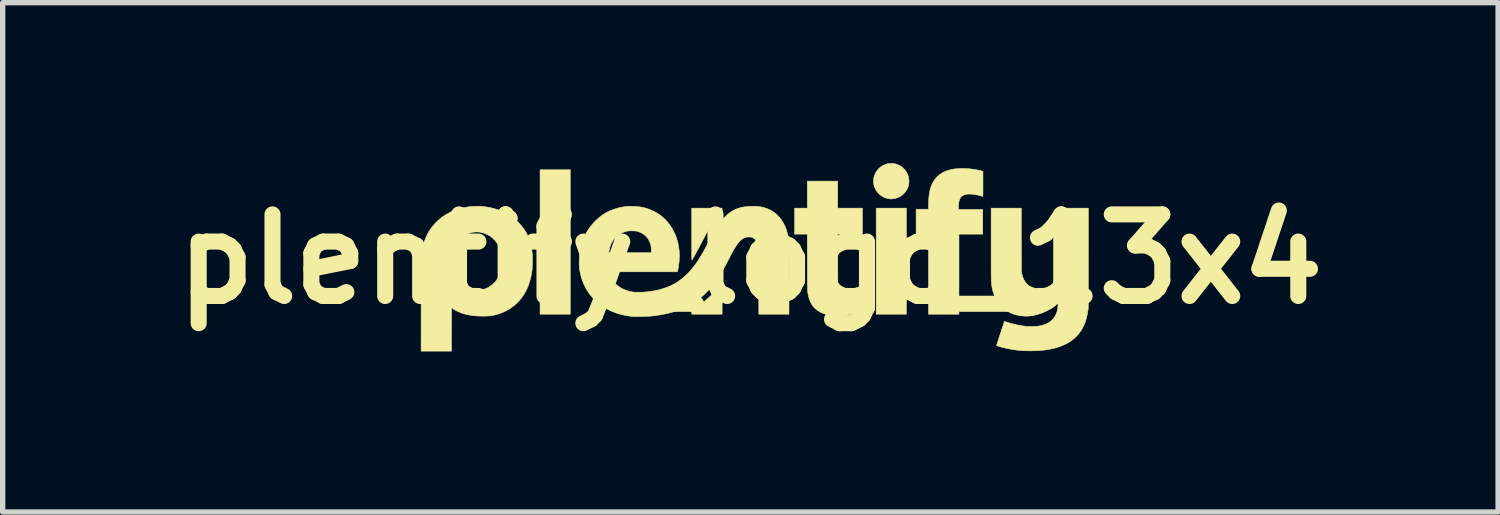
<source format=kicad_pcb>
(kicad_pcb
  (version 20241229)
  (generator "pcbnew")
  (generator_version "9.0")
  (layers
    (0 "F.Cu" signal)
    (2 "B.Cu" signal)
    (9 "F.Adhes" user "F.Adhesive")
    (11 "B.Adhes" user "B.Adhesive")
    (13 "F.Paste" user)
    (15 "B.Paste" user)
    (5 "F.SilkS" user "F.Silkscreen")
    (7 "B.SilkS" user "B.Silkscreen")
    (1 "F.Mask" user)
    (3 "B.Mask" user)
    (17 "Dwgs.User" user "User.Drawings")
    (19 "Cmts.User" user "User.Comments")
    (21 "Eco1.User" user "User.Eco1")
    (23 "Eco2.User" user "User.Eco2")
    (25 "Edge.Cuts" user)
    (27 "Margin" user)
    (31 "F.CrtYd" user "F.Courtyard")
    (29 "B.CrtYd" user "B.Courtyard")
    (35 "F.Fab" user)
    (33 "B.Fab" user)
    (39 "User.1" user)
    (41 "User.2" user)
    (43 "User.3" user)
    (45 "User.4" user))
  (footprint "plentify_logo_13x4"
    (layer "F.Cu")
    (at 10.966 1.789)
    (property "Reference" "plentify_logo_13x4" (at 0 0 0) (layer "F.SilkS") (effects (font (size 1.524 1.524) (thickness 0.3))))
    (attr through_hole)
    (fp_poly (pts (xy -3.365 1.029) (xy -3.929 1.029) (xy -3.929 -1.668) (xy -3.365 -1.668) (xy -3.365 1.029)) (stroke (width 0.01) (type solid)) (fill yes) (layer "F.SilkS"))
    (fp_poly (pts (xy 2.913 1.029) (xy 2.349 1.029) (xy 2.349 -0.952) (xy 2.913 -0.952) (xy 2.913 1.029)) (stroke (width 0.01) (type solid)) (fill yes) (layer "F.SilkS"))
    (fp_poly (pts (xy -0.532 0.432) (xy -0.531 0.444) (xy -0.531 0.463) (xy -0.53 0.488) (xy -0.53 0.519) (xy -0.53 0.556) (xy -0.529 0.597) (xy -0.529 0.641) (xy -0.529 0.689) (xy -0.529 0.728) (xy -0.529 1.029) (xy -1.096 1.029) (xy -1.096 0.958) (xy -1.042 0.921) (xy -0.977 0.878) (xy -0.92 0.837) (xy -0.868 0.797) (xy -0.819 0.756) (xy -0.773 0.715) (xy -0.757 0.7) (xy -0.702 0.645) (xy -0.653 0.59) (xy -0.609 0.535) (xy -0.568 0.477) (xy -0.557 0.46) (xy -0.547 0.446) (xy -0.539 0.435) (xy -0.534 0.429) (xy -0.532 0.428) (xy -0.532 0.432)) (stroke (width 0.01) (type solid)) (fill yes) (layer "F.SilkS"))
    (fp_poly (pts (xy -0.529 -0.865) (xy -0.549 -0.851) (xy -0.585 -0.822) (xy -0.622 -0.784) (xy -0.66 -0.739) (xy -0.699 -0.686) (xy -0.738 -0.627) (xy -0.754 -0.601) (xy -0.769 -0.577) (xy -0.784 -0.55) (xy -0.801 -0.52) (xy -0.819 -0.487) (xy -0.84 -0.448) (xy -0.863 -0.404) (xy -0.89 -0.354) (xy -0.914 -0.308) (xy -0.943 -0.252) (xy -0.97 -0.2) (xy -0.996 -0.153) (xy -1.018 -0.111) (xy -1.039 -0.074) (xy -1.056 -0.043) (xy -1.071 -0.018) (xy -1.082 0.000416) (xy -1.09 0.012) (xy -1.094 0.017) (xy -1.095 0.017) (xy -1.095 0.013) (xy -1.095 0.001) (xy -1.095 -0.019) (xy -1.096 -0.045) (xy -1.096 -0.078) (xy -1.096 -0.116) (xy -1.096 -0.16) (xy -1.096 -0.209) (xy -1.096 -0.262) (xy -1.096 -0.318) (xy -1.096 -0.378) (xy -1.096 -0.44) (xy -1.096 -0.468) (xy -1.096 -0.952) (xy -0.529 -0.952) (xy -0.529 -0.865)) (stroke (width 0.01) (type solid)) (fill yes) (layer "F.SilkS"))
    (fp_poly (pts (xy 2.631 -1.784) (xy 2.656 -1.784) (xy 2.675 -1.783) (xy 2.69 -1.782) (xy 2.703 -1.779) (xy 2.718 -1.775) (xy 2.726 -1.772) (xy 2.777 -1.752) (xy 2.823 -1.725) (xy 2.862 -1.692) (xy 2.896 -1.653) (xy 2.923 -1.609) (xy 2.944 -1.56) (xy 2.957 -1.507) (xy 2.96 -1.49) (xy 2.962 -1.45) (xy 2.958 -1.408) (xy 2.948 -1.364) (xy 2.934 -1.323) (xy 2.922 -1.3) (xy 2.893 -1.254) (xy 2.858 -1.215) (xy 2.818 -1.183) (xy 2.772 -1.157) (xy 2.722 -1.138) (xy 2.668 -1.126) (xy 2.648 -1.124) (xy 2.632 -1.123) (xy 2.616 -1.123) (xy 2.597 -1.125) (xy 2.59 -1.126) (xy 2.537 -1.138) (xy 2.487 -1.157) (xy 2.443 -1.184) (xy 2.403 -1.216) (xy 2.368 -1.255) (xy 2.34 -1.299) (xy 2.318 -1.348) (xy 2.313 -1.363) (xy 2.308 -1.379) (xy 2.305 -1.393) (xy 2.303 -1.408) (xy 2.302 -1.425) (xy 2.301 -1.448) (xy 2.301 -1.456) (xy 2.302 -1.481) (xy 2.302 -1.5) (xy 2.304 -1.515) (xy 2.307 -1.528) (xy 2.311 -1.543) (xy 2.313 -1.549) (xy 2.334 -1.601) (xy 2.361 -1.647) (xy 2.394 -1.687) (xy 2.433 -1.721) (xy 2.478 -1.749) (xy 2.529 -1.77) (xy 2.54 -1.774) (xy 2.555 -1.778) (xy 2.568 -1.781) (xy 2.583 -1.783) (xy 2.602 -1.784) (xy 2.627 -1.784) (xy 2.631 -1.784)) (stroke (width 0.01) (type solid)) (fill yes) (layer "F.SilkS"))
    (fp_poly (pts (xy 4.077 -1.687) (xy 4.119 -1.683) (xy 4.167 -1.677) (xy 4.215 -1.669) (xy 4.262 -1.66) (xy 4.303 -1.65) (xy 4.33 -1.642) (xy 4.343 -1.638) (xy 4.343 -1.403) (xy 4.343 -1.352) (xy 4.343 -1.309) (xy 4.343 -1.274) (xy 4.343 -1.245) (xy 4.343 -1.221) (xy 4.342 -1.204) (xy 4.342 -1.19) (xy 4.341 -1.181) (xy 4.34 -1.175) (xy 4.339 -1.172) (xy 4.338 -1.17) (xy 4.336 -1.17) (xy 4.336 -1.17) (xy 4.323 -1.175) (xy 4.303 -1.18) (xy 4.279 -1.187) (xy 4.253 -1.193) (xy 4.226 -1.199) (xy 4.201 -1.204) (xy 4.18 -1.208) (xy 4.172 -1.209) (xy 4.117 -1.214) (xy 4.068 -1.214) (xy 4.025 -1.209) (xy 3.989 -1.198) (xy 3.958 -1.181) (xy 3.933 -1.158) (xy 3.914 -1.129) (xy 3.9 -1.094) (xy 3.891 -1.053) (xy 3.887 -1.005) (xy 3.886 -0.986) (xy 3.886 -0.927) (xy 4.339 -0.927) (xy 4.339 -0.466) (xy 3.895 -0.466) (xy 3.895 1.029) (xy 3.327 1.029) (xy 3.327 -0.466) (xy 3.095 -0.466) (xy 3.095 -0.931) (xy 3.327 -0.931) (xy 3.327 -1.015) (xy 3.329 -1.097) (xy 3.335 -1.171) (xy 3.344 -1.239) (xy 3.357 -1.301) (xy 3.374 -1.357) (xy 3.396 -1.408) (xy 3.422 -1.455) (xy 3.453 -1.498) (xy 3.488 -1.537) (xy 3.532 -1.576) (xy 3.581 -1.609) (xy 3.635 -1.636) (xy 3.694 -1.658) (xy 3.759 -1.675) (xy 3.83 -1.686) (xy 3.906 -1.691) (xy 3.989 -1.692) (xy 4.077 -1.687)) (stroke (width 0.01) (type solid)) (fill yes) (layer "F.SilkS"))
    (fp_poly (pts (xy 1.63 -0.952) (xy 2.091 -0.952) (xy 2.091 -0.466) (xy 1.63 -0.466) (xy 1.631 -0.014) (xy 1.632 0.438) (xy 1.642 0.467) (xy 1.657 0.498) (xy 1.678 0.524) (xy 1.705 0.543) (xy 1.738 0.556) (xy 1.741 0.557) (xy 1.756 0.56) (xy 1.777 0.562) (xy 1.802 0.563) (xy 1.814 0.563) (xy 1.881 0.559) (xy 1.948 0.546) (xy 2.015 0.525) (xy 2.055 0.509) (xy 2.069 0.502) (xy 2.08 0.498) (xy 2.085 0.495) (xy 2.086 0.495) (xy 2.086 0.499) (xy 2.086 0.511) (xy 2.086 0.53) (xy 2.086 0.555) (xy 2.086 0.585) (xy 2.086 0.62) (xy 2.086 0.659) (xy 2.086 0.7) (xy 2.086 0.723) (xy 2.085 0.95) (xy 2.04 0.972) (xy 2.003 0.989) (xy 1.96 1.006) (xy 1.913 1.021) (xy 1.866 1.035) (xy 1.822 1.045) (xy 1.81 1.048) (xy 1.785 1.052) (xy 1.763 1.055) (xy 1.74 1.057) (xy 1.714 1.059) (xy 1.683 1.06) (xy 1.664 1.06) (xy 1.635 1.061) (xy 1.606 1.061) (xy 1.58 1.06) (xy 1.558 1.059) (xy 1.543 1.058) (xy 1.542 1.058) (xy 1.503 1.053) (xy 1.461 1.045) (xy 1.42 1.034) (xy 1.381 1.023) (xy 1.347 1.01) (xy 1.344 1.009) (xy 1.291 0.983) (xy 1.245 0.954) (xy 1.205 0.921) (xy 1.17 0.882) (xy 1.141 0.839) (xy 1.116 0.79) (xy 1.096 0.734) (xy 1.08 0.672) (xy 1.072 0.631) (xy 1.071 0.624) (xy 1.07 0.616) (xy 1.069 0.607) (xy 1.069 0.596) (xy 1.068 0.583) (xy 1.067 0.568) (xy 1.067 0.549) (xy 1.066 0.527) (xy 1.066 0.501) (xy 1.065 0.47) (xy 1.065 0.435) (xy 1.065 0.394) (xy 1.065 0.347) (xy 1.064 0.294) (xy 1.064 0.233) (xy 1.064 0.166) (xy 1.064 0.091) (xy 1.064 0.06) (xy 1.062 -0.466) (xy 0.826 -0.466) (xy 0.826 -0.952) (xy 1.063 -0.952) (xy 1.063 -1.456) (xy 1.63 -1.456) (xy 1.63 -0.952)) (stroke (width 0.01) (type solid)) (fill yes) (layer "F.SilkS"))
    (fp_poly (pts (xy -4.985 -0.981) (xy -4.895 -0.968) (xy -4.808 -0.949) (xy -4.722 -0.924) (xy -4.639 -0.891) (xy -4.56 -0.853) (xy -4.485 -0.808) (xy -4.414 -0.756) (xy -4.349 -0.699) (xy -4.337 -0.688) (xy -4.282 -0.628) (xy -4.234 -0.565) (xy -4.192 -0.5) (xy -4.157 -0.43) (xy -4.128 -0.355) (xy -4.105 -0.276) (xy -4.087 -0.191) (xy -4.078 -0.129) (xy -4.075 -0.09) (xy -4.072 -0.044) (xy -4.071 0.005) (xy -4.071 0.056) (xy -4.072 0.107) (xy -4.074 0.155) (xy -4.078 0.198) (xy -4.08 0.218) (xy -4.097 0.317) (xy -4.12 0.41) (xy -4.149 0.497) (xy -4.185 0.578) (xy -4.226 0.654) (xy -4.274 0.724) (xy -4.328 0.788) (xy -4.389 0.847) (xy -4.439 0.888) (xy -4.505 0.934) (xy -4.574 0.972) (xy -4.645 1.004) (xy -4.72 1.03) (xy -4.801 1.05) (xy -4.839 1.057) (xy -4.862 1.06) (xy -4.893 1.062) (xy -4.929 1.064) (xy -4.968 1.065) (xy -5.009 1.065) (xy -5.051 1.064) (xy -5.092 1.063) (xy -5.129 1.061) (xy -5.163 1.058) (xy -5.173 1.057) (xy -5.253 1.045) (xy -5.327 1.029) (xy -5.394 1.008) (xy -5.456 0.983) (xy -5.514 0.954) (xy -5.546 0.934) (xy -5.582 0.911) (xy -5.583 1.315) (xy -5.584 1.719) (xy -6.151 1.719) (xy -6.15 0.829) (xy -6.15 0.726) (xy -6.15 0.632) (xy -6.149 0.546) (xy -6.149 0.467) (xy -6.149 0.395) (xy -6.149 0.33) (xy -6.149 0.271) (xy -6.149 0.218) (xy -6.148 0.171) (xy -6.148 0.128) (xy -6.148 0.091) (xy -6.148 0.058) (xy -6.147 0.038) (xy -5.592 0.038) (xy -5.589 0.106) (xy -5.579 0.171) (xy -5.563 0.235) (xy -5.541 0.294) (xy -5.514 0.349) (xy -5.482 0.399) (xy -5.454 0.433) (xy -5.409 0.476) (xy -5.358 0.512) (xy -5.304 0.542) (xy -5.247 0.565) (xy -5.187 0.58) (xy -5.173 0.582) (xy -5.146 0.586) (xy -5.123 0.587) (xy -5.101 0.587) (xy -5.077 0.585) (xy -5.059 0.582) (xy -5.006 0.572) (xy -4.954 0.556) (xy -4.907 0.535) (xy -4.89 0.526) (xy -4.837 0.49) (xy -4.79 0.45) (xy -4.75 0.405) (xy -4.715 0.354) (xy -4.686 0.297) (xy -4.663 0.235) (xy -4.654 0.201) (xy -4.638 0.142) (xy -4.638 -0.061) (xy -4.653 -0.121) (xy -4.675 -0.188) (xy -4.701 -0.248) (xy -4.734 -0.303) (xy -4.772 -0.351) (xy -4.816 -0.394) (xy -4.82 -0.398) (xy -4.872 -0.436) (xy -4.927 -0.465) (xy -4.985 -0.487) (xy -5.046 -0.502) (xy -5.068 -0.505) (xy -5.127 -0.507) (xy -5.185 -0.501) (xy -5.243 -0.487) (xy -5.299 -0.466) (xy -5.353 -0.437) (xy -5.404 -0.401) (xy -5.41 -0.396) (xy -5.454 -0.354) (xy -5.492 -0.306) (xy -5.524 -0.253) (xy -5.55 -0.195) (xy -5.571 -0.132) (xy -5.584 -0.066) (xy -5.591 0.003) (xy -5.592 0.038) (xy -6.147 0.038) (xy -6.147 0.03) (xy -6.147 0.005) (xy -6.147 -0.016) (xy -6.146 -0.035) (xy -6.146 -0.05) (xy -6.145 -0.063) (xy -6.144 -0.075) (xy -6.144 -0.084) (xy -6.143 -0.093) (xy -6.142 -0.1) (xy -6.141 -0.107) (xy -6.14 -0.113) (xy -6.14 -0.119) (xy -6.122 -0.212) (xy -6.099 -0.3) (xy -6.07 -0.382) (xy -6.036 -0.459) (xy -5.995 -0.531) (xy -5.947 -0.598) (xy -5.894 -0.662) (xy -5.833 -0.722) (xy -5.789 -0.76) (xy -5.766 -0.778) (xy -5.738 -0.798) (xy -5.706 -0.818) (xy -5.672 -0.839) (xy -5.639 -0.857) (xy -5.609 -0.873) (xy -5.608 -0.874) (xy -5.523 -0.91) (xy -5.436 -0.94) (xy -5.348 -0.962) (xy -5.257 -0.977) (xy -5.166 -0.985) (xy -5.075 -0.987) (xy -4.985 -0.981)) (stroke (width 0.01) (type solid)) (fill yes) (layer "F.SilkS"))
    (fp_poly (pts (xy 5.06 -0.357) (xy 5.061 0.239) (xy 5.073 0.286) (xy 5.089 0.341) (xy 5.11 0.39) (xy 5.135 0.432) (xy 5.165 0.467) (xy 5.2 0.496) (xy 5.241 0.519) (xy 5.287 0.537) (xy 5.299 0.541) (xy 5.319 0.546) (xy 5.336 0.549) (xy 5.354 0.551) (xy 5.375 0.552) (xy 5.397 0.552) (xy 5.423 0.552) (xy 5.444 0.551) (xy 5.461 0.549) (xy 5.478 0.545) (xy 5.497 0.541) (xy 5.547 0.524) (xy 5.59 0.501) (xy 5.629 0.473) (xy 5.661 0.438) (xy 5.689 0.397) (xy 5.711 0.349) (xy 5.729 0.294) (xy 5.732 0.281) (xy 5.743 0.239) (xy 5.744 -0.357) (xy 5.745 -0.952) (xy 6.312 -0.952) (xy 6.311 -0.016) (xy 6.31 0.921) (xy 6.3 0.982) (xy 6.285 1.064) (xy 6.265 1.14) (xy 6.241 1.209) (xy 6.211 1.273) (xy 6.177 1.333) (xy 6.137 1.389) (xy 6.106 1.425) (xy 6.053 1.477) (xy 5.994 1.524) (xy 5.928 1.566) (xy 5.855 1.603) (xy 5.777 1.635) (xy 5.692 1.661) (xy 5.601 1.682) (xy 5.504 1.698) (xy 5.401 1.708) (xy 5.293 1.713) (xy 5.224 1.714) (xy 5.194 1.713) (xy 5.166 1.713) (xy 5.14 1.713) (xy 5.119 1.712) (xy 5.104 1.712) (xy 5.099 1.712) (xy 5.07 1.71) (xy 5.035 1.706) (xy 4.997 1.702) (xy 4.956 1.697) (xy 4.915 1.691) (xy 4.877 1.685) (xy 4.843 1.679) (xy 4.837 1.678) (xy 4.8 1.671) (xy 4.764 1.663) (xy 4.729 1.654) (xy 4.696 1.646) (xy 4.666 1.638) (xy 4.641 1.631) (xy 4.62 1.624) (xy 4.606 1.618) (xy 4.598 1.614) (xy 4.597 1.612) (xy 4.599 1.608) (xy 4.602 1.596) (xy 4.608 1.578) (xy 4.616 1.555) (xy 4.625 1.527) (xy 4.635 1.496) (xy 4.646 1.462) (xy 4.657 1.426) (xy 4.67 1.389) (xy 4.682 1.352) (xy 4.693 1.316) (xy 4.705 1.282) (xy 4.715 1.251) (xy 4.724 1.223) (xy 4.732 1.2) (xy 4.738 1.182) (xy 4.742 1.17) (xy 4.744 1.165) (xy 4.744 1.165) (xy 4.748 1.166) (xy 4.759 1.169) (xy 4.775 1.173) (xy 4.794 1.18) (xy 4.804 1.183) (xy 4.903 1.211) (xy 5.005 1.234) (xy 5.108 1.251) (xy 5.129 1.253) (xy 5.155 1.256) (xy 5.186 1.257) (xy 5.222 1.258) (xy 5.258 1.258) (xy 5.294 1.258) (xy 5.326 1.257) (xy 5.354 1.255) (xy 5.364 1.254) (xy 5.43 1.242) (xy 5.491 1.224) (xy 5.545 1.202) (xy 5.593 1.173) (xy 5.634 1.139) (xy 5.669 1.1) (xy 5.697 1.056) (xy 5.719 1.006) (xy 5.735 0.951) (xy 5.735 0.946) (xy 5.74 0.919) (xy 5.743 0.89) (xy 5.745 0.865) (xy 5.745 0.861) (xy 5.745 0.823) (xy 5.724 0.842) (xy 5.682 0.879) (xy 5.633 0.914) (xy 5.577 0.946) (xy 5.518 0.976) (xy 5.456 1.003) (xy 5.392 1.025) (xy 5.328 1.044) (xy 5.265 1.057) (xy 5.204 1.064) (xy 5.188 1.065) (xy 5.132 1.066) (xy 5.074 1.061) (xy 5.015 1.053) (xy 4.959 1.041) (xy 4.921 1.03) (xy 4.864 1.008) (xy 4.809 0.979) (xy 4.757 0.946) (xy 4.71 0.908) (xy 4.669 0.867) (xy 4.657 0.854) (xy 4.616 0.797) (xy 4.581 0.736) (xy 4.552 0.67) (xy 4.529 0.6) (xy 4.512 0.524) (xy 4.502 0.456) (xy 4.501 0.447) (xy 4.501 0.437) (xy 4.5 0.424) (xy 4.499 0.409) (xy 4.499 0.392) (xy 4.498 0.37) (xy 4.498 0.345) (xy 4.497 0.316) (xy 4.497 0.282) (xy 4.497 0.244) (xy 4.496 0.2) (xy 4.496 0.15) (xy 4.496 0.094) (xy 4.496 0.032) (xy 4.496 -0.037) (xy 4.496 -0.114) (xy 4.496 -0.198) (xy 4.496 -0.276) (xy 4.496 -0.952) (xy 5.059 -0.952) (xy 5.06 -0.357)) (stroke (width 0.01) (type solid)) (fill yes) (layer "F.SilkS"))
    (fp_poly (pts (xy 0.111 -0.985) (xy 0.167 -0.979) (xy 0.22 -0.97) (xy 0.249 -0.963) (xy 0.317 -0.94) (xy 0.38 -0.911) (xy 0.438 -0.875) (xy 0.492 -0.832) (xy 0.54 -0.782) (xy 0.583 -0.727) (xy 0.62 -0.666) (xy 0.652 -0.599) (xy 0.678 -0.526) (xy 0.697 -0.453) (xy 0.7 -0.439) (xy 0.703 -0.427) (xy 0.705 -0.414) (xy 0.707 -0.402) (xy 0.709 -0.388) (xy 0.711 -0.374) (xy 0.712 -0.359) (xy 0.714 -0.342) (xy 0.715 -0.322) (xy 0.716 -0.3) (xy 0.717 -0.274) (xy 0.717 -0.245) (xy 0.718 -0.212) (xy 0.718 -0.175) (xy 0.719 -0.133) (xy 0.719 -0.085) (xy 0.719 -0.032) (xy 0.719 0.028) (xy 0.72 0.094) (xy 0.72 0.167) (xy 0.72 0.247) (xy 0.72 0.336) (xy 0.72 0.369) (xy 0.72 1.029) (xy 0.157 1.029) (xy 0.155 0.418) (xy 0.155 0.333) (xy 0.155 0.255) (xy 0.155 0.185) (xy 0.154 0.123) (xy 0.154 0.067) (xy 0.154 0.017) (xy 0.154 -0.027) (xy 0.153 -0.066) (xy 0.153 -0.099) (xy 0.152 -0.128) (xy 0.151 -0.153) (xy 0.151 -0.175) (xy 0.15 -0.193) (xy 0.149 -0.209) (xy 0.147 -0.222) (xy 0.146 -0.233) (xy 0.144 -0.243) (xy 0.142 -0.252) (xy 0.14 -0.261) (xy 0.138 -0.269) (xy 0.136 -0.278) (xy 0.133 -0.286) (xy 0.119 -0.322) (xy 0.099 -0.354) (xy 0.074 -0.38) (xy 0.045 -0.399) (xy 0.041 -0.401) (xy 0.028 -0.406) (xy 0.017 -0.41) (xy 0.004 -0.412) (xy -0.012 -0.413) (xy -0.03 -0.413) (xy -0.062 -0.411) (xy -0.089 -0.406) (xy -0.114 -0.397) (xy -0.141 -0.383) (xy -0.154 -0.374) (xy -0.182 -0.351) (xy -0.211 -0.322) (xy -0.24 -0.286) (xy -0.264 -0.252) (xy -0.275 -0.235) (xy -0.286 -0.218) (xy -0.296 -0.202) (xy -0.306 -0.185) (xy -0.317 -0.166) (xy -0.329 -0.145) (xy -0.342 -0.12) (xy -0.358 -0.09) (xy -0.376 -0.055) (xy -0.397 -0.014) (xy -0.406 0.004) (xy -0.441 0.071) (xy -0.473 0.132) (xy -0.503 0.186) (xy -0.531 0.236) (xy -0.558 0.281) (xy -0.584 0.323) (xy -0.61 0.362) (xy -0.636 0.4) (xy -0.663 0.437) (xy -0.667 0.443) (xy -0.726 0.518) (xy -0.791 0.59) (xy -0.859 0.658) (xy -0.929 0.719) (xy -0.969 0.751) (xy -1.055 0.811) (xy -1.147 0.865) (xy -1.243 0.913) (xy -1.344 0.955) (xy -1.451 0.99) (xy -1.564 1.019) (xy -1.682 1.042) (xy -1.806 1.06) (xy -1.858 1.065) (xy -1.879 1.066) (xy -1.906 1.068) (xy -1.937 1.069) (xy -1.972 1.071) (xy -2.008 1.072) (xy -2.044 1.073) (xy -2.08 1.073) (xy -2.113 1.074) (xy -2.142 1.074) (xy -2.166 1.074) (xy -2.184 1.073) (xy -2.189 1.073) (xy -2.292 1.06) (xy -2.391 1.041) (xy -2.485 1.015) (xy -2.575 0.982) (xy -2.66 0.943) (xy -2.74 0.897) (xy -2.815 0.844) (xy -2.884 0.786) (xy -2.947 0.721) (xy -3.005 0.651) (xy -3.021 0.629) (xy -3.068 0.556) (xy -3.107 0.479) (xy -3.14 0.398) (xy -3.166 0.313) (xy -3.186 0.222) (xy -3.193 0.178) (xy -3.196 0.146) (xy -3.198 0.109) (xy -3.198 0.066) (xy -3.197 0.022) (xy -3.195 -0.024) (xy -3.192 -0.067) (xy -3.188 -0.108) (xy -3.186 -0.119) (xy -2.644 -0.119) (xy -1.849 -0.119) (xy -1.851 -0.177) (xy -1.854 -0.218) (xy -1.859 -0.253) (xy -1.867 -0.286) (xy -1.879 -0.318) (xy -1.89 -0.341) (xy -1.916 -0.385) (xy -1.947 -0.423) (xy -1.983 -0.455) (xy -2.027 -0.483) (xy -2.043 -0.491) (xy -2.069 -0.503) (xy -2.092 -0.512) (xy -2.114 -0.519) (xy -2.136 -0.523) (xy -2.161 -0.526) (xy -2.191 -0.527) (xy -2.218 -0.527) (xy -2.246 -0.527) (xy -2.267 -0.526) (xy -2.283 -0.525) (xy -2.297 -0.523) (xy -2.31 -0.521) (xy -2.323 -0.517) (xy -2.33 -0.515) (xy -2.39 -0.493) (xy -2.444 -0.464) (xy -2.492 -0.43) (xy -2.533 -0.39) (xy -2.569 -0.345) (xy -2.598 -0.294) (xy -2.62 -0.238) (xy -2.636 -0.177) (xy -2.643 -0.132) (xy -2.644 -0.119) (xy -3.186 -0.119) (xy -3.176 -0.179) (xy -3.161 -0.241) (xy -3.144 -0.302) (xy -3.124 -0.362) (xy -3.102 -0.417) (xy -3.079 -0.467) (xy -3.073 -0.478) (xy -3.029 -0.551) (xy -2.978 -0.62) (xy -2.922 -0.685) (xy -2.861 -0.745) (xy -2.797 -0.8) (xy -2.734 -0.844) (xy -2.676 -0.877) (xy -2.611 -0.907) (xy -2.542 -0.933) (xy -2.471 -0.954) (xy -2.398 -0.971) (xy -2.327 -0.982) (xy -2.316 -0.983) (xy -2.275 -0.985) (xy -2.229 -0.986) (xy -2.181 -0.985) (xy -2.132 -0.982) (xy -2.087 -0.978) (xy -2.047 -0.972) (xy -2.043 -0.972) (xy -1.957 -0.952) (xy -1.876 -0.924) (xy -1.799 -0.89) (xy -1.727 -0.849) (xy -1.661 -0.801) (xy -1.599 -0.747) (xy -1.543 -0.686) (xy -1.492 -0.619) (xy -1.448 -0.546) (xy -1.409 -0.467) (xy -1.406 -0.461) (xy -1.378 -0.386) (xy -1.356 -0.307) (xy -1.34 -0.224) (xy -1.331 -0.155) (xy -1.327 -0.091) (xy -1.328 -0.023) (xy -1.332 0.048) (xy -1.341 0.118) (xy -1.352 0.186) (xy -1.361 0.226) (xy -1.364 0.237) (xy -2.001 0.237) (xy -2.087 0.237) (xy -2.165 0.237) (xy -2.236 0.237) (xy -2.299 0.237) (xy -2.355 0.237) (xy -2.405 0.237) (xy -2.449 0.238) (xy -2.487 0.238) (xy -2.52 0.238) (xy -2.547 0.238) (xy -2.57 0.239) (xy -2.589 0.239) (xy -2.604 0.239) (xy -2.616 0.24) (xy -2.625 0.241) (xy -2.631 0.241) (xy -2.635 0.242) (xy -2.637 0.243) (xy -2.637 0.244) (xy -2.636 0.258) (xy -2.631 0.277) (xy -2.625 0.299) (xy -2.618 0.322) (xy -2.609 0.342) (xy -2.608 0.346) (xy -2.582 0.392) (xy -2.549 0.435) (xy -2.508 0.475) (xy -2.462 0.511) (xy -2.411 0.543) (xy -2.355 0.571) (xy -2.295 0.593) (xy -2.232 0.609) (xy -2.216 0.612) (xy -2.191 0.616) (xy -2.159 0.618) (xy -2.122 0.619) (xy -2.082 0.619) (xy -2.039 0.619) (xy -1.996 0.617) (xy -1.954 0.614) (xy -1.929 0.612) (xy -1.823 0.598) (xy -1.723 0.578) (xy -1.628 0.551) (xy -1.538 0.519) (xy -1.452 0.479) (xy -1.371 0.433) (xy -1.294 0.379) (xy -1.221 0.318) (xy -1.151 0.25) (xy -1.085 0.175) (xy -1.021 0.091) (xy -0.967 0.011) (xy -0.951 -0.015) (xy -0.936 -0.039) (xy -0.921 -0.063) (xy -0.906 -0.088) (xy -0.891 -0.114) (xy -0.875 -0.143) (xy -0.858 -0.175) (xy -0.838 -0.211) (xy -0.816 -0.253) (xy -0.79 -0.301) (xy -0.779 -0.322) (xy -0.744 -0.387) (xy -0.712 -0.446) (xy -0.683 -0.498) (xy -0.656 -0.545) (xy -0.631 -0.586) (xy -0.607 -0.624) (xy -0.584 -0.657) (xy -0.562 -0.688) (xy -0.54 -0.716) (xy -0.518 -0.743) (xy -0.494 -0.768) (xy -0.486 -0.777) (xy -0.437 -0.825) (xy -0.386 -0.866) (xy -0.335 -0.9) (xy -0.28 -0.928) (xy -0.222 -0.95) (xy -0.16 -0.967) (xy -0.093 -0.978) (xy -0.02 -0.985) (xy 0.05 -0.986) (xy 0.111 -0.985)) (stroke (width 0.01) (type solid)) (fill yes) (layer "F.SilkS")))
  (gr_rect
    (start -3 -3)
    (end 24.931 6.513)
    (stroke (width 0.1) (type default))
    (fill no)
    (layer "Edge.Cuts")))
</source>
